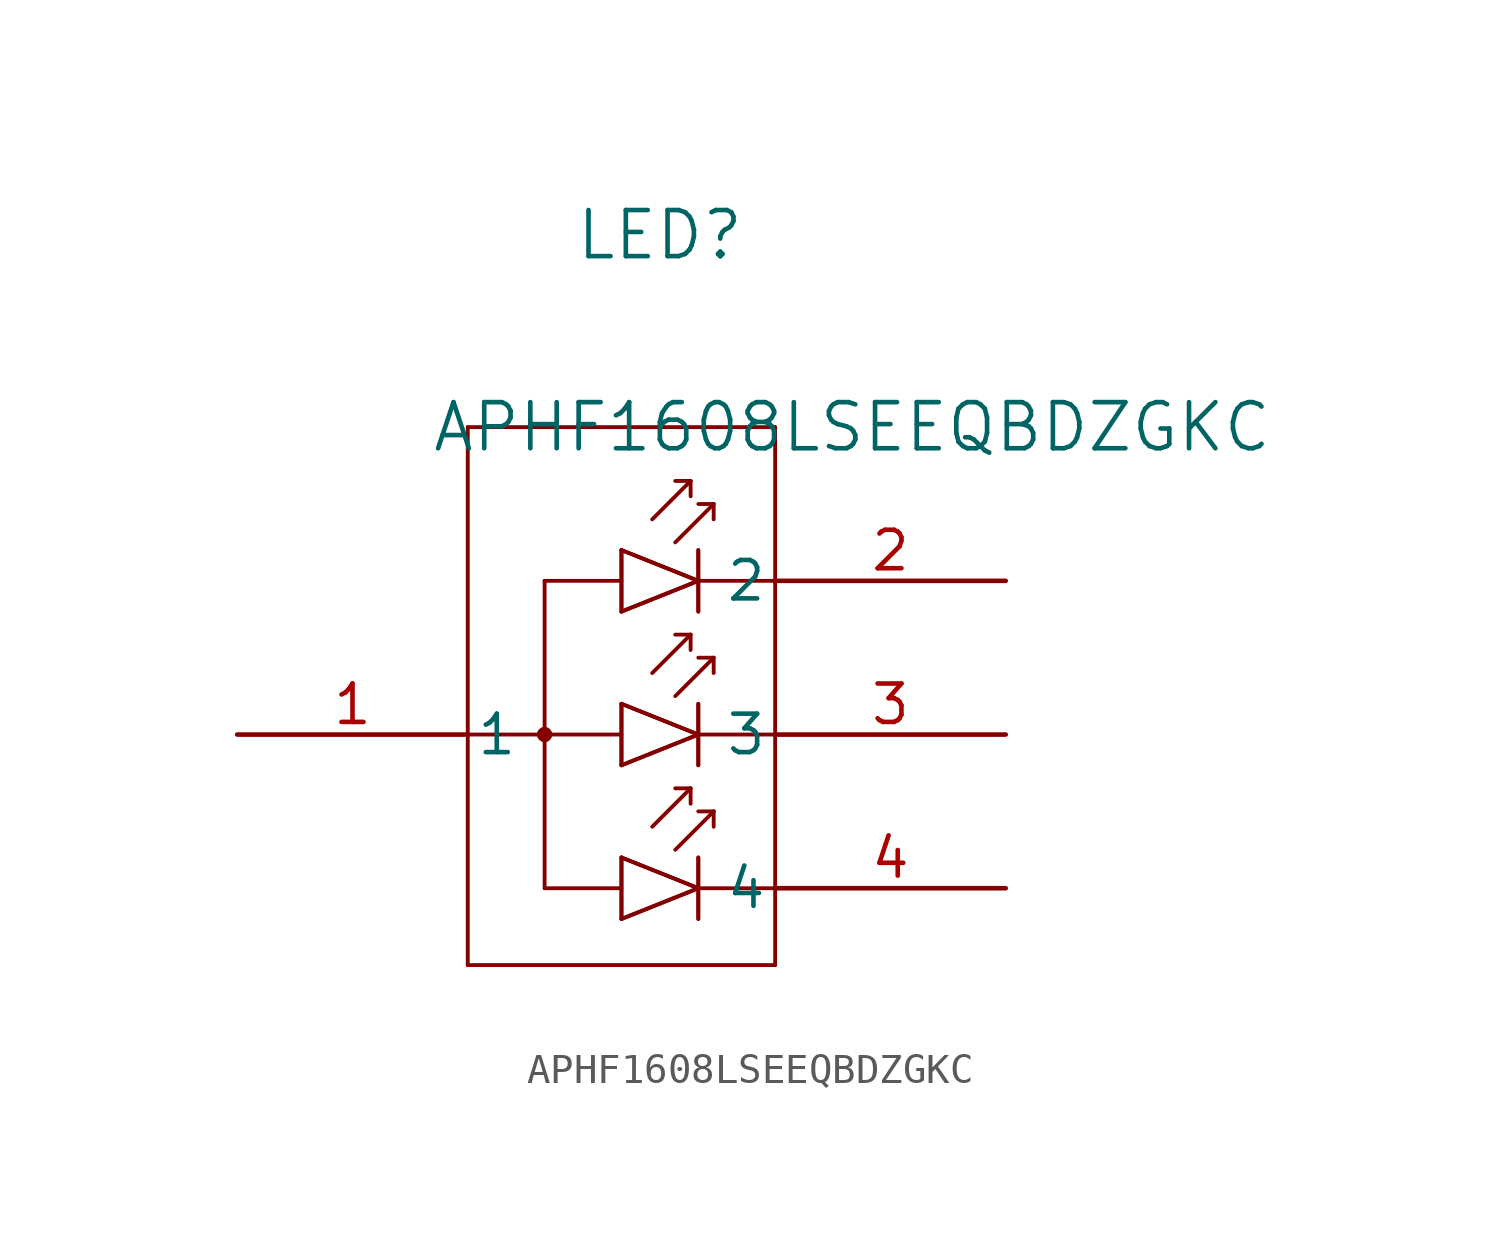
<source format=kicad_sym>
(kicad_symbol_lib
  (version 20211014)
  (generator kicad_symbol_editor)
  (symbol "APHF1608LSEEQBDZGKC"
    (pin_names
      (offset 0.254))
    (property "Reference" "LED"
      (at 13.97 16.51 0)
      (effects (font (size 1.524 1.524))))
    (property "Value" "APHF1608LSEEQBDZGKC"
      (at 20.32 10.16 0)
      (effects (font (size 1.524 1.524))))
    (symbol "APHF1608LSEEQBDZGKC_0_1"
      (polyline (pts (xy 7.62 10.16) (xy 7.62 -7.62)) (stroke (width 0.127) (type default) (color 0 0 0 0)) (fill (type none)))
      (polyline (pts (xy 7.62 -7.62) (xy 17.78 -7.62)) (stroke (width 0.127) (type default) (color 0 0 0 0)) (fill (type none)))
      (polyline (pts (xy 17.78 -7.62) (xy 17.78 10.16)) (stroke (width 0.127) (type default) (color 0 0 0 0)) (fill (type none)))
      (polyline (pts (xy 17.78 10.16) (xy 7.62 10.16)) (stroke (width 0.127) (type default) (color 0 0 0 0)) (fill (type none)))
      (polyline (pts (xy 7.62 0) (xy 12.7 0)) (stroke (width 0.127) (type default) (color 0 0 0 0)) (fill (type none)))
      (polyline (pts (xy 10.16 -5.08) (xy 10.16 5.08)) (stroke (width 0.127) (type default) (color 0 0 0 0)) (fill (type none)))
      (polyline (pts (xy 10.16 5.08) (xy 12.7 5.08)) (stroke (width 0.127) (type default) (color 0 0 0 0)) (fill (type none)))
      (polyline (pts (xy 10.16 -5.08) (xy 12.7 -5.08)) (stroke (width 0.127) (type default) (color 0 0 0 0)) (fill (type none)))
      (circle (center 10.16 0) (radius 0.127) (stroke (width 0.254) (type default) (color 0 0 0 0)) (fill (type none)))
      (polyline (pts (xy 12.7 6.096) (xy 12.7 4.064)) (stroke (width 0.127) (type default) (color 0 0 0 0)) (fill (type none)))
      (polyline (pts (xy 12.7 6.096) (xy 15.24 5.08)) (stroke (width 0.127) (type default) (color 0 0 0 0)) (fill (type none)))
      (polyline (pts (xy 15.24 5.08) (xy 12.7 4.064)) (stroke (width 0.127) (type default) (color 0 0 0 0)) (fill (type none)))
      (polyline (pts (xy 15.24 6.096) (xy 15.24 4.064)) (stroke (width 0.127) (type default) (color 0 0 0 0)) (fill (type none)))
      (polyline (pts (xy 14.986 8.382) (xy 14.478 8.382)) (stroke (width 0.127) (type default) (color 0 0 0 0)) (fill (type none)))
      (polyline (pts (xy 15.748 7.62) (xy 15.24 7.62)) (stroke (width 0.127) (type default) (color 0 0 0 0)) (fill (type none)))
      (polyline (pts (xy 15.748 7.62) (xy 15.748 7.112)) (stroke (width 0.127) (type default) (color 0 0 0 0)) (fill (type none)))
      (polyline (pts (xy 14.478 6.35) (xy 15.748 7.62)) (stroke (width 0.127) (type default) (color 0 0 0 0)) (fill (type none)))
      (polyline (pts (xy 13.716 7.112) (xy 14.986 8.382)) (stroke (width 0.127) (type default) (color 0 0 0 0)) (fill (type none)))
      (polyline (pts (xy 14.986 8.382) (xy 14.986 7.874)) (stroke (width 0.127) (type default) (color 0 0 0 0)) (fill (type none)))
      (polyline (pts (xy 15.24 5.08) (xy 17.78 5.08)) (stroke (width 0.127) (type default) (color 0 0 0 0)) (fill (type none)))
      (polyline (pts (xy 12.7 6.096) (xy 12.7 4.064)) (stroke (width 0.127) (type default) (color 0 0 0 0)) (fill (type none)))
      (polyline (pts (xy 12.7 6.096) (xy 15.24 5.08)) (stroke (width 0.127) (type default) (color 0 0 0 0)) (fill (type none)))
      (polyline (pts (xy 15.24 5.08) (xy 12.7 4.064)) (stroke (width 0.127) (type default) (color 0 0 0 0)) (fill (type none)))
      (polyline (pts (xy 15.24 6.096) (xy 15.24 4.064)) (stroke (width 0.127) (type default) (color 0 0 0 0)) (fill (type none)))
      (polyline (pts (xy 12.7 1.016) (xy 12.7 -1.016)) (stroke (width 0.127) (type default) (color 0 0 0 0)) (fill (type none)))
      (polyline (pts (xy 12.7 1.016) (xy 15.24 0)) (stroke (width 0.127) (type default) (color 0 0 0 0)) (fill (type none)))
      (polyline (pts (xy 15.24 0) (xy 12.7 -1.016)) (stroke (width 0.127) (type default) (color 0 0 0 0)) (fill (type none)))
      (polyline (pts (xy 15.24 1.016) (xy 15.24 -1.016)) (stroke (width 0.127) (type default) (color 0 0 0 0)) (fill (type none)))
      (polyline (pts (xy 14.986 3.302) (xy 14.478 3.302)) (stroke (width 0.127) (type default) (color 0 0 0 0)) (fill (type none)))
      (polyline (pts (xy 15.748 2.54) (xy 15.24 2.54)) (stroke (width 0.127) (type default) (color 0 0 0 0)) (fill (type none)))
      (polyline (pts (xy 15.748 2.54) (xy 15.748 2.032)) (stroke (width 0.127) (type default) (color 0 0 0 0)) (fill (type none)))
      (polyline (pts (xy 14.478 1.27) (xy 15.748 2.54)) (stroke (width 0.127) (type default) (color 0 0 0 0)) (fill (type none)))
      (polyline (pts (xy 13.716 2.032) (xy 14.986 3.302)) (stroke (width 0.127) (type default) (color 0 0 0 0)) (fill (type none)))
      (polyline (pts (xy 14.986 3.302) (xy 14.986 2.794)) (stroke (width 0.127) (type default) (color 0 0 0 0)) (fill (type none)))
      (polyline (pts (xy 12.7 1.016) (xy 12.7 -1.016)) (stroke (width 0.127) (type default) (color 0 0 0 0)) (fill (type none)))
      (polyline (pts (xy 12.7 1.016) (xy 15.24 0)) (stroke (width 0.127) (type default) (color 0 0 0 0)) (fill (type none)))
      (polyline (pts (xy 15.24 0) (xy 12.7 -1.016)) (stroke (width 0.127) (type default) (color 0 0 0 0)) (fill (type none)))
      (polyline (pts (xy 15.24 1.016) (xy 15.24 -1.016)) (stroke (width 0.127) (type default) (color 0 0 0 0)) (fill (type none)))
      (polyline (pts (xy 12.7 -4.064) (xy 12.7 -6.096)) (stroke (width 0.127) (type default) (color 0 0 0 0)) (fill (type none)))
      (polyline (pts (xy 12.7 -4.064) (xy 15.24 -5.08)) (stroke (width 0.127) (type default) (color 0 0 0 0)) (fill (type none)))
      (polyline (pts (xy 15.24 -5.08) (xy 12.7 -6.096)) (stroke (width 0.127) (type default) (color 0 0 0 0)) (fill (type none)))
      (polyline (pts (xy 15.24 -4.064) (xy 15.24 -6.096)) (stroke (width 0.127) (type default) (color 0 0 0 0)) (fill (type none)))
      (polyline (pts (xy 14.986 -1.778) (xy 14.478 -1.778)) (stroke (width 0.127) (type default) (color 0 0 0 0)) (fill (type none)))
      (polyline (pts (xy 15.748 -2.54) (xy 15.24 -2.54)) (stroke (width 0.127) (type default) (color 0 0 0 0)) (fill (type none)))
      (polyline (pts (xy 15.748 -2.54) (xy 15.748 -3.048)) (stroke (width 0.127) (type default) (color 0 0 0 0)) (fill (type none)))
      (polyline (pts (xy 14.478 -3.81) (xy 15.748 -2.54)) (stroke (width 0.127) (type default) (color 0 0 0 0)) (fill (type none)))
      (polyline (pts (xy 13.716 -3.048) (xy 14.986 -1.778)) (stroke (width 0.127) (type default) (color 0 0 0 0)) (fill (type none)))
      (polyline (pts (xy 14.986 -1.778) (xy 14.986 -2.286)) (stroke (width 0.127) (type default) (color 0 0 0 0)) (fill (type none)))
      (polyline (pts (xy 12.7 -4.064) (xy 12.7 -6.096)) (stroke (width 0.127) (type default) (color 0 0 0 0)) (fill (type none)))
      (polyline (pts (xy 12.7 -4.064) (xy 15.24 -5.08)) (stroke (width 0.127) (type default) (color 0 0 0 0)) (fill (type none)))
      (polyline (pts (xy 15.24 -5.08) (xy 12.7 -6.096)) (stroke (width 0.127) (type default) (color 0 0 0 0)) (fill (type none)))
      (polyline (pts (xy 15.24 -4.064) (xy 15.24 -6.096)) (stroke (width 0.127) (type default) (color 0 0 0 0)) (fill (type none)))
      (polyline (pts (xy 15.24 0) (xy 17.78 0)) (stroke (width 0.127) (type default) (color 0 0 0 0)) (fill (type none)))
      (polyline (pts (xy 17.78 -5.08) (xy 15.24 -5.08)) (stroke (width 0.127) (type default) (color 0 0 0 0)) (fill (type none)))
      (pin unspecified line (at 0 0 0) (length 7.62) (name "1" (effects (font (size 1.27 1.27)))) (number "1" (effects (font (size 1.27 1.27)))))
      (pin unspecified line (at 25.4 5.08 180) (length 7.62) (name "2" (effects (font (size 1.27 1.27)))) (number "2" (effects (font (size 1.27 1.27)))))
      (pin unspecified line (at 25.4 0 180) (length 7.62) (name "3" (effects (font (size 1.27 1.27)))) (number "3" (effects (font (size 1.27 1.27)))))
      (pin unspecified line (at 25.4 -5.08 180) (length 7.62) (name "4" (effects (font (size 1.27 1.27)))) (number "4" (effects (font (size 1.27 1.27))))))))
</source>
